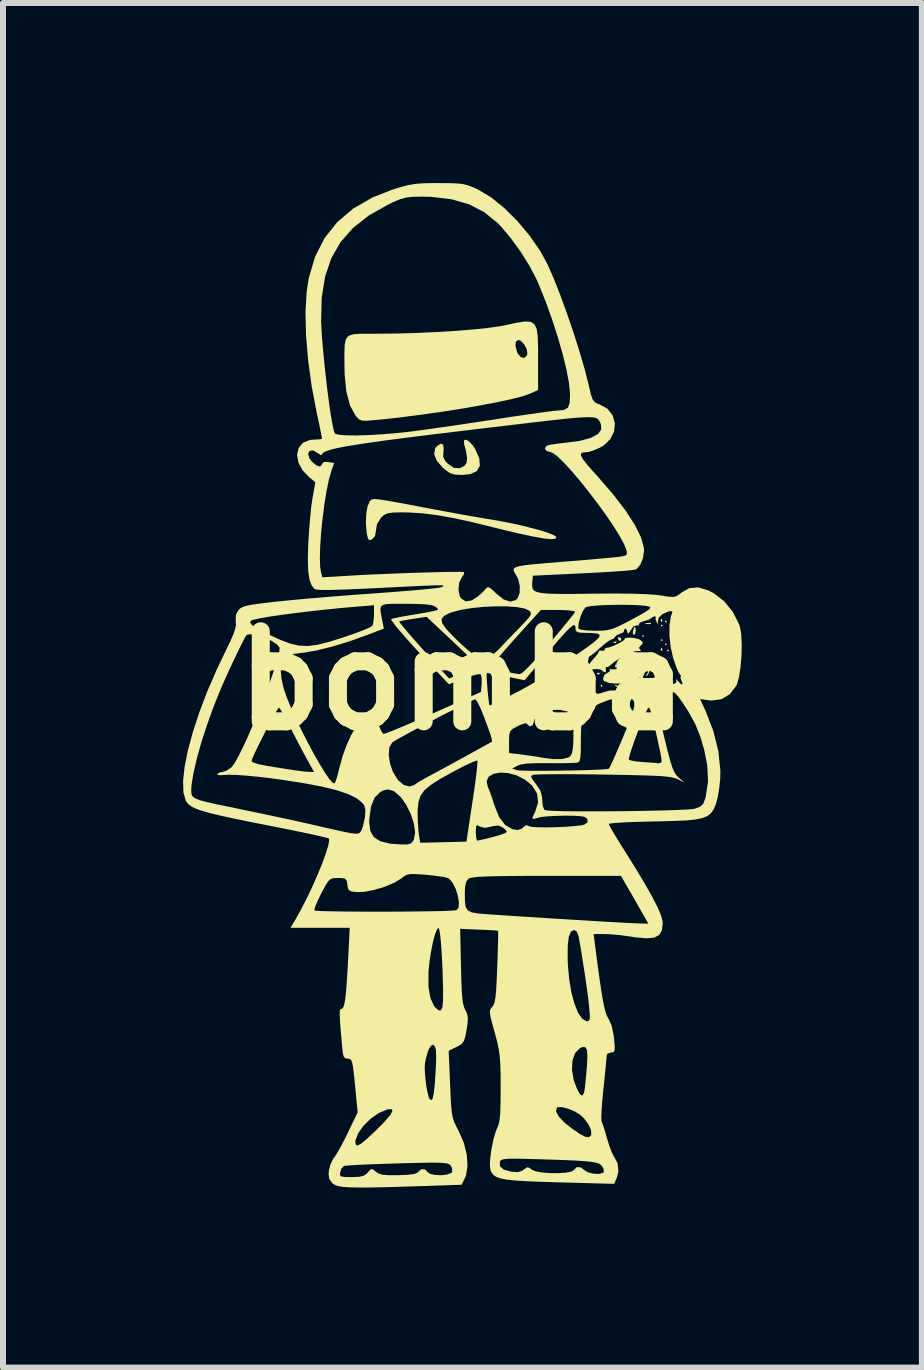
<source format=kicad_pcb>
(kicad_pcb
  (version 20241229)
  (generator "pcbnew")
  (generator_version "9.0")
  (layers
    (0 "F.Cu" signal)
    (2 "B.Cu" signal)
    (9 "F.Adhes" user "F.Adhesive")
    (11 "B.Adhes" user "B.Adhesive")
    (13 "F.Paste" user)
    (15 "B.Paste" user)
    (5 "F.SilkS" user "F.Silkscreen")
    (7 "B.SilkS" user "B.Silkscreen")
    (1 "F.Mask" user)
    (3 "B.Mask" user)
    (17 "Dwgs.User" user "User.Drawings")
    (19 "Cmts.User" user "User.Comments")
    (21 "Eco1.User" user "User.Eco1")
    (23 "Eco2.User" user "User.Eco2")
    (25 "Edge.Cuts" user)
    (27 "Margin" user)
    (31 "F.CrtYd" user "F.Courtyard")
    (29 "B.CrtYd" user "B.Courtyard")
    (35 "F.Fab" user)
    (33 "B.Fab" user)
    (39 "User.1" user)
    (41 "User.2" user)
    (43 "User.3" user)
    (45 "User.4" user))
  (footprint "bomba"
    (layer "F.Cu")
    (at 4.651 8.288)
    (property "Reference" "bomba" (at 0 0 0) (layer "F.SilkS") (effects (font (size 1.5 1.5) (thickness 0.3))))
    (attr board_only exclude_from_pos_files exclude_from_bom)
    (fp_poly (pts (xy 2.024 0.087) (xy 2.007 0.104) (xy 1.99 0.087) (xy 2.007 0.069)) (stroke (width 0) (type solid)) (fill yes) (layer "F.SilkS"))
    (fp_poly (pts (xy 2.059 -0.052) (xy 2.042 -0.035) (xy 2.024 -0.052) (xy 2.042 -0.069)) (stroke (width 0) (type solid)) (fill yes) (layer "F.SilkS"))
    (fp_poly (pts (xy 2.059 0.294) (xy 2.042 0.311) (xy 2.024 0.294) (xy 2.042 0.277)) (stroke (width 0) (type solid)) (fill yes) (layer "F.SilkS"))
    (fp_poly (pts (xy 2.336 0.087) (xy 2.319 0.104) (xy 2.301 0.087) (xy 2.319 0.069)) (stroke (width 0) (type solid)) (fill yes) (layer "F.SilkS"))
    (fp_poly (pts (xy 2.786 -0.294) (xy 2.768 -0.277) (xy 2.751 -0.294) (xy 2.768 -0.311)) (stroke (width 0) (type solid)) (fill yes) (layer "F.SilkS"))
    (fp_poly (pts (xy 3.028 -0.744) (xy 3.011 -0.727) (xy 2.993 -0.744) (xy 3.011 -0.761)) (stroke (width 0) (type solid)) (fill yes) (layer "F.SilkS"))
    (fp_poly (pts (xy 3.236 -0.19) (xy 3.218 -0.173) (xy 3.201 -0.19) (xy 3.218 -0.208)) (stroke (width 0) (type solid)) (fill yes) (layer "F.SilkS"))
    (fp_poly (pts (xy 3.339 -0.917) (xy 3.322 -0.9) (xy 3.305 -0.917) (xy 3.322 -0.934)) (stroke (width 0) (type solid)) (fill yes) (layer "F.SilkS"))
    (fp_poly (pts (xy 3.339 -0.675) (xy 3.322 -0.657) (xy 3.305 -0.675) (xy 3.322 -0.692)) (stroke (width 0) (type solid)) (fill yes) (layer "F.SilkS"))
    (fp_poly (pts (xy 3.409 -0.986) (xy 3.391 -0.969) (xy 3.374 -0.986) (xy 3.391 -1.004)) (stroke (width 0) (type solid)) (fill yes) (layer "F.SilkS"))
    (fp_poly (pts (xy 3.409 -0.606) (xy 3.391 -0.588) (xy 3.374 -0.606) (xy 3.391 -0.623)) (stroke (width 0) (type solid)) (fill yes) (layer "F.SilkS"))
    (fp_poly (pts (xy 3.443 -0.502) (xy 3.426 -0.484) (xy 3.409 -0.502) (xy 3.426 -0.519)) (stroke (width 0) (type solid)) (fill yes) (layer "F.SilkS"))
    (fp_poly (pts (xy 1.978 -0.058) (xy 1.982 -0.017) (xy 1.978 -0.012) (xy 1.958 -0.016) (xy 1.955 -0.035) (xy 1.968 -0.063)) (stroke (width 0) (type solid)) (fill yes) (layer "F.SilkS"))
    (fp_poly (pts (xy 2.29 -0.127) (xy 2.285 -0.106) (xy 2.267 -0.104) (xy 2.238 -0.116) (xy 2.244 -0.127) (xy 2.285 -0.131)) (stroke (width 0) (type solid)) (fill yes) (layer "F.SilkS"))
    (fp_poly (pts (xy 2.567 -0.646) (xy 2.562 -0.625) (xy 2.543 -0.623) (xy 2.515 -0.636) (xy 2.52 -0.646) (xy 2.561 -0.65)) (stroke (width 0) (type solid)) (fill yes) (layer "F.SilkS"))
    (fp_poly (pts (xy 2.567 -0.265) (xy 2.571 -0.224) (xy 2.567 -0.219) (xy 2.546 -0.224) (xy 2.543 -0.242) (xy 2.556 -0.271)) (stroke (width 0) (type solid)) (fill yes) (layer "F.SilkS"))
    (fp_poly (pts (xy 3.14 -0.957) (xy 3.145 -0.945) (xy 3.097 -0.94) (xy 3.048 -0.945) (xy 3.054 -0.957) (xy 3.125 -0.962)) (stroke (width 0) (type solid)) (fill yes) (layer "F.SilkS"))
    (fp_poly (pts (xy 3.328 -1.027) (xy 3.332 -0.986) (xy 3.328 -0.98) (xy 3.307 -0.985) (xy 3.305 -1.004) (xy 3.317 -1.032)) (stroke (width 0) (type solid)) (fill yes) (layer "F.SilkS"))
    (fp_poly (pts (xy 3.328 -0.542) (xy 3.332 -0.501) (xy 3.328 -0.496) (xy 3.307 -0.501) (xy 3.305 -0.519) (xy 3.317 -0.548)) (stroke (width 0) (type solid)) (fill yes) (layer "F.SilkS"))
    (fp_poly (pts (xy 2.666 -0.323) (xy 2.7 -0.291) (xy 2.697 -0.273) (xy 2.667 -0.244) (xy 2.641 -0.279) (xy 2.635 -0.292) (xy 2.637 -0.328)) (stroke (width 0) (type solid)) (fill yes) (layer "F.SilkS"))
    (fp_poly (pts (xy 2.646 -0.702) (xy 2.647 -0.692) (xy 2.635 -0.658) (xy 2.632 -0.657) (xy 2.602 -0.682) (xy 2.595 -0.692) (xy 2.598 -0.724) (xy 2.611 -0.727)) (stroke (width 0) (type solid)) (fill yes) (layer "F.SilkS"))
    (fp_poly (pts (xy 2.887 -0.871) (xy 2.89 -0.831) (xy 2.876 -0.774) (xy 2.858 -0.761) (xy 2.84 -0.789) (xy 2.845 -0.831) (xy 2.865 -0.886) (xy 2.876 -0.9)) (stroke (width 0) (type solid)) (fill yes) (layer "F.SilkS"))
    (fp_poly (pts (xy 3.131 0.026) (xy 3.132 0.035) (xy 3.105 0.068) (xy 3.097 0.069) (xy 3.064 0.043) (xy 3.063 0.035) (xy 3.089 0.001) (xy 3.097 0)) (stroke (width 0) (type solid)) (fill yes) (layer "F.SilkS"))
    (fp_poly (pts (xy 3.502 -0.047) (xy 3.495 -0.035) (xy 3.462 -0.002) (xy 3.456 0) (xy 3.454 -0.022) (xy 3.46 -0.035) (xy 3.493 -0.068) (xy 3.499 -0.069)) (stroke (width 0) (type solid)) (fill yes) (layer "F.SilkS"))
    (fp_poly (pts (xy 0.108 -3.989) (xy 0.169 -3.926) (xy 0.215 -3.858) (xy 0.283 -3.701) (xy 0.293 -3.578) (xy 0.243 -3.49) (xy 0.135 -3.44) (xy -0.002 -3.426) (xy -0.122 -3.432) (xy -0.206 -3.458) (xy -0.29 -3.517) (xy -0.329 -3.551) (xy -0.428 -3.666) (xy -0.469 -3.776) (xy -0.451 -3.871) (xy -0.426 -3.903) (xy -0.359 -3.948) (xy -0.318 -3.93) (xy -0.309 -3.856) (xy -0.313 -3.826) (xy -0.319 -3.731) (xy -0.285 -3.659) (xy -0.247 -3.618) (xy -0.143 -3.544) (xy -0.042 -3.538) (xy 0.033 -3.576) (xy 0.072 -3.627) (xy 0.08 -3.708) (xy 0.06 -3.832) (xy 0.031 -3.94) (xy 0.027 -4.001) (xy 0.057 -4.015)) (stroke (width 0) (type solid)) (fill yes) (layer "F.SilkS"))
    (fp_poly (pts (xy -1.425 -3.022) (xy -1.353 -3.014) (xy -1.247 -2.997) (xy -1.1 -2.971) (xy -0.904 -2.935) (xy -0.652 -2.887) (xy -0.484 -2.855) (xy -0.254 -2.812) (xy -0.018 -2.769) (xy 0.203 -2.73) (xy 0.39 -2.698) (xy 0.484 -2.683) (xy 0.694 -2.646) (xy 0.905 -2.603) (xy 1.104 -2.555) (xy 1.282 -2.508) (xy 1.426 -2.463) (xy 1.525 -2.423) (xy 1.568 -2.392) (xy 1.568 -2.391) (xy 1.553 -2.364) (xy 1.483 -2.356) (xy 1.356 -2.369) (xy 1.17 -2.402) (xy 0.923 -2.455) (xy 0.613 -2.529) (xy 0.495 -2.559) (xy 0.142 -2.645) (xy -0.157 -2.71) (xy -0.417 -2.756) (xy -0.649 -2.785) (xy -0.865 -2.8) (xy -1.013 -2.803) (xy -1.15 -2.8) (xy -1.238 -2.788) (xy -1.299 -2.762) (xy -1.351 -2.718) (xy -1.423 -2.603) (xy -1.436 -2.512) (xy -1.454 -2.407) (xy -1.503 -2.354) (xy -1.545 -2.339) (xy -1.57 -2.361) (xy -1.587 -2.433) (xy -1.594 -2.476) (xy -1.606 -2.629) (xy -1.6 -2.778) (xy -1.578 -2.904) (xy -1.542 -2.987) (xy -1.535 -2.994) (xy -1.52 -3.009) (xy -1.501 -3.019) (xy -1.472 -3.024)) (stroke (width 0) (type solid)) (fill yes) (layer "F.SilkS"))
    (fp_poly (pts (xy 1.138 -5.977) (xy 1.202 -5.937) (xy 1.24 -5.857) (xy 1.257 -5.727) (xy 1.263 -5.541) (xy 1.263 -5.359) (xy 1.263 -4.841) (xy 1.115 -4.775) (xy 1.001 -4.736) (xy 0.828 -4.692) (xy 0.606 -4.643) (xy 0.344 -4.593) (xy 0.052 -4.541) (xy -0.26 -4.491) (xy -0.583 -4.444) (xy -0.907 -4.401) (xy -1.222 -4.363) (xy -1.464 -4.339) (xy -1.59 -4.329) (xy -1.668 -4.331) (xy -1.717 -4.35) (xy -1.759 -4.391) (xy -1.777 -4.413) (xy -1.87 -4.582) (xy -1.931 -4.812) (xy -1.96 -5.104) (xy -1.963 -5.263) (xy -1.964 -5.456) (xy -1.96 -5.574) (xy 0.886 -5.574) (xy 0.914 -5.471) (xy 0.923 -5.451) (xy 0.975 -5.387) (xy 1.033 -5.376) (xy 1.076 -5.418) (xy 1.084 -5.444) (xy 1.074 -5.52) (xy 1.031 -5.602) (xy 0.973 -5.661) (xy 0.934 -5.675) (xy 0.892 -5.647) (xy 0.886 -5.574) (xy -1.96 -5.574) (xy -1.959 -5.594) (xy -1.94 -5.686) (xy -1.896 -5.742) (xy -1.817 -5.769) (xy -1.694 -5.779) (xy -1.517 -5.779) (xy -1.408 -5.779) (xy -1.085 -5.782) (xy -0.754 -5.792) (xy -0.424 -5.807) (xy -0.11 -5.826) (xy 0.178 -5.849) (xy 0.428 -5.875) (xy 0.627 -5.903) (xy 0.714 -5.92) (xy 0.901 -5.961) (xy 1.04 -5.982)) (stroke (width 0) (type solid)) (fill yes) (layer "F.SilkS"))
    (fp_poly (pts (xy 3.163 -0.328) (xy 3.186 -0.298) (xy 3.16 -0.252) (xy 3.122 -0.181) (xy 3.115 -0.145) (xy 3.09 -0.093) (xy 3.07 -0.083) (xy 3.05 -0.085) (xy 3.062 -0.092) (xy 3.096 -0.135) (xy 3.097 -0.146) (xy 3.077 -0.159) (xy 3.046 -0.139) (xy 3.01 -0.067) (xy 3.015 -0.013) (xy 3.019 0.05) (xy 2.981 0.069) (xy 2.976 0.069) (xy 2.936 0.059) (xy 2.956 0.021) (xy 2.956 0.02) (xy 2.976 -0.031) (xy 2.963 -0.049) (xy 2.925 -0.043) (xy 2.916 -0.028) (xy 2.875 0.005) (xy 2.801 0.022) (xy 2.729 0.029) (xy 2.699 0.035) (xy 2.669 0.046) (xy 2.599 0.05) (xy 2.515 0.047) (xy 2.445 0.039) (xy 2.419 0.029) (xy 2.382 0.012) (xy 2.375 0.014) (xy 2.353 -0.001) (xy 2.345 -0.035) (xy 2.37 -0.099) (xy 2.408 -0.122) (xy 2.454 -0.152) (xy 2.456 -0.175) (xy 2.463 -0.193) (xy 2.486 -0.188) (xy 2.542 -0.188) (xy 2.642 -0.209) (xy 2.756 -0.243) (xy 2.925 -0.294) (xy 2.993 -0.294) (xy 3.011 -0.277) (xy 3.097 -0.277) (xy 3.11 -0.248) (xy 3.12 -0.254) (xy 3.124 -0.295) (xy 3.12 -0.3) (xy 3.1 -0.295) (xy 3.097 -0.277) (xy 3.011 -0.277) (xy 3.028 -0.294) (xy 3.011 -0.311) (xy 2.993 -0.294) (xy 2.925 -0.294) (xy 2.946 -0.3) (xy 3.082 -0.329)) (stroke (width 0) (type solid)) (fill yes) (layer "F.SilkS"))
    (fp_poly (pts (xy -0.215 -8.287) (xy -0.083 -8.282) (xy 0.016 -8.271) (xy 0.099 -8.249) (xy 0.186 -8.215) (xy 0.268 -8.177) (xy 0.478 -8.052) (xy 0.697 -7.875) (xy 0.915 -7.659) (xy 1.117 -7.418) (xy 1.293 -7.166) (xy 1.418 -6.939) (xy 1.518 -6.711) (xy 1.628 -6.433) (xy 1.741 -6.124) (xy 1.852 -5.8) (xy 1.953 -5.481) (xy 2.04 -5.183) (xy 2.106 -4.924) (xy 2.112 -4.898) (xy 2.143 -4.766) (xy 2.171 -4.686) (xy 2.204 -4.64) (xy 2.254 -4.613) (xy 2.286 -4.602) (xy 2.421 -4.527) (xy 2.506 -4.418) (xy 2.542 -4.288) (xy 2.529 -4.151) (xy 2.466 -4.022) (xy 2.353 -3.915) (xy 2.294 -3.881) (xy 2.193 -3.837) (xy 2.11 -3.81) (xy 2.086 -3.807) (xy 2.016 -3.802) (xy 1.979 -3.785) (xy 1.977 -3.747) (xy 2.014 -3.682) (xy 2.093 -3.583) (xy 2.216 -3.444) (xy 2.263 -3.392) (xy 2.517 -3.098) (xy 2.723 -2.829) (xy 2.877 -2.59) (xy 2.978 -2.384) (xy 3.025 -2.212) (xy 3.028 -2.164) (xy 3.011 -2.042) (xy 2.967 -1.934) (xy 2.907 -1.862) (xy 2.881 -1.849) (xy 2.827 -1.841) (xy 2.715 -1.83) (xy 2.554 -1.819) (xy 2.357 -1.806) (xy 2.133 -1.794) (xy 1.993 -1.787) (xy 1.177 -1.748) (xy 1.166 -1.641) (xy 1.163 -1.582) (xy 1.17 -1.535) (xy 1.195 -1.5) (xy 1.245 -1.475) (xy 1.328 -1.458) (xy 1.45 -1.448) (xy 1.619 -1.444) (xy 1.842 -1.444) (xy 2.125 -1.447) (xy 2.168 -1.448) (xy 2.526 -1.451) (xy 2.825 -1.448) (xy 3.064 -1.44) (xy 3.238 -1.428) (xy 3.304 -1.419) (xy 3.432 -1.399) (xy 3.513 -1.394) (xy 3.569 -1.407) (xy 3.621 -1.441) (xy 3.653 -1.468) (xy 3.784 -1.541) (xy 3.931 -1.553) (xy 4.101 -1.502) (xy 4.191 -1.455) (xy 4.362 -1.323) (xy 4.507 -1.145) (xy 4.609 -0.943) (xy 4.625 -0.897) (xy 4.647 -0.771) (xy 4.655 -0.604) (xy 4.651 -0.416) (xy 4.636 -0.229) (xy 4.61 -0.063) (xy 4.576 0.06) (xy 4.565 0.083) (xy 4.458 0.225) (xy 4.317 0.31) (xy 4.15 0.332) (xy 4.109 0.328) (xy 3.961 0.307) (xy 4.054 0.508) (xy 4.183 0.842) (xy 4.266 1.178) (xy 4.299 1.497) (xy 4.297 1.628) (xy 4.281 1.786) (xy 4.256 1.939) (xy 4.225 2.056) (xy 4.219 2.073) (xy 4.184 2.15) (xy 4.141 2.21) (xy 4.083 2.256) (xy 4.001 2.29) (xy 3.885 2.313) (xy 3.729 2.329) (xy 3.522 2.338) (xy 3.257 2.345) (xy 3.175 2.346) (xy 2.958 2.352) (xy 2.766 2.358) (xy 2.61 2.367) (xy 2.499 2.376) (xy 2.444 2.385) (xy 2.44 2.388) (xy 2.457 2.426) (xy 2.505 2.511) (xy 2.577 2.63) (xy 2.664 2.771) (xy 2.677 2.791) (xy 2.877 3.111) (xy 3.038 3.378) (xy 3.162 3.597) (xy 3.252 3.772) (xy 3.309 3.907) (xy 3.336 4.006) (xy 3.339 4.041) (xy 3.326 4.157) (xy 3.282 4.237) (xy 3.198 4.281) (xy 3.069 4.293) (xy 2.885 4.277) (xy 2.786 4.261) (xy 2.63 4.24) (xy 2.469 4.226) (xy 2.374 4.222) (xy 2.188 4.222) (xy 2.209 4.386) (xy 2.251 4.708) (xy 2.286 4.968) (xy 2.317 5.174) (xy 2.343 5.332) (xy 2.368 5.45) (xy 2.391 5.535) (xy 2.414 5.594) (xy 2.434 5.629) (xy 2.487 5.744) (xy 2.522 5.911) (xy 2.528 5.961) (xy 2.539 6.084) (xy 2.539 6.154) (xy 2.524 6.186) (xy 2.491 6.194) (xy 2.478 6.194) (xy 2.42 6.213) (xy 2.405 6.242) (xy 2.402 6.292) (xy 2.392 6.397) (xy 2.378 6.544) (xy 2.36 6.719) (xy 2.352 6.796) (xy 2.334 6.978) (xy 2.322 7.135) (xy 2.316 7.256) (xy 2.317 7.326) (xy 2.319 7.338) (xy 2.338 7.386) (xy 2.369 7.481) (xy 2.405 7.605) (xy 2.41 7.622) (xy 2.45 7.751) (xy 2.49 7.858) (xy 2.523 7.921) (xy 2.526 7.925) (xy 2.587 8.04) (xy 2.6 8.179) (xy 2.576 8.276) (xy 2.531 8.383) (xy 1.612 8.358) (xy 1.308 8.349) (xy 1.066 8.339) (xy 0.878 8.327) (xy 0.737 8.312) (xy 0.634 8.292) (xy 0.563 8.266) (xy 0.516 8.232) (xy 0.485 8.19) (xy 0.469 8.153) (xy 0.461 8.089) (xy 0.626 8.089) (xy 0.691 8.146) (xy 0.819 8.181) (xy 0.929 8.188) (xy 1.002 8.163) (xy 1.025 8.145) (xy 1.079 8.106) (xy 1.121 8.117) (xy 1.153 8.144) (xy 1.219 8.174) (xy 1.327 8.194) (xy 1.459 8.204) (xy 1.598 8.205) (xy 1.724 8.197) (xy 1.818 8.178) (xy 1.864 8.15) (xy 1.864 8.149) (xy 1.91 8.103) (xy 1.977 8.11) (xy 2.023 8.147) (xy 2.088 8.189) (xy 2.185 8.214) (xy 2.283 8.218) (xy 2.351 8.197) (xy 2.355 8.194) (xy 2.357 8.151) (xy 2.339 8.104) (xy 2.318 8.074) (xy 2.284 8.05) (xy 2.23 8.031) (xy 2.148 8.016) (xy 2.029 8.004) (xy 1.866 7.994) (xy 1.65 7.985) (xy 1.374 7.976) (xy 1.346 7.975) (xy 1.109 7.968) (xy 0.932 7.964) (xy 0.805 7.964) (xy 0.721 7.968) (xy 0.67 7.977) (xy 0.641 7.991) (xy 0.628 8.01) (xy 0.627 8.012) (xy 0.626 8.089) (xy 0.461 8.089) (xy 0.459 8.072) (xy 0.466 7.947) (xy 0.487 7.798) (xy 0.518 7.647) (xy 0.556 7.516) (xy 0.584 7.448) (xy 0.606 7.391) (xy 0.622 7.314) (xy 0.632 7.204) (xy 0.633 7.177) (xy 1.562 7.177) (xy 1.607 7.263) (xy 1.71 7.369) (xy 1.819 7.456) (xy 1.955 7.55) (xy 2.049 7.6) (xy 2.109 7.607) (xy 2.144 7.575) (xy 2.149 7.564) (xy 2.146 7.491) (xy 2.103 7.395) (xy 2.032 7.297) (xy 1.968 7.235) (xy 1.875 7.178) (xy 1.767 7.132) (xy 1.666 7.106) (xy 1.594 7.105) (xy 1.577 7.114) (xy 1.562 7.177) (xy 0.633 7.177) (xy 0.637 7.051) (xy 0.639 6.842) (xy 0.639 6.776) (xy 0.638 6.556) (xy 0.636 6.482) (xy 1.827 6.482) (xy 1.855 6.652) (xy 1.909 6.796) (xy 1.96 6.889) (xy 1.998 6.914) (xy 2.025 6.874) (xy 2.039 6.809) (xy 2.049 6.72) (xy 2.062 6.588) (xy 2.075 6.439) (xy 2.077 6.414) (xy 2.084 6.253) (xy 2.077 6.153) (xy 2.05 6.106) (xy 2.003 6.104) (xy 1.961 6.122) (xy 1.881 6.202) (xy 1.836 6.327) (xy 1.827 6.482) (xy 0.636 6.482) (xy 0.633 6.388) (xy 0.624 6.254) (xy 0.607 6.136) (xy 0.581 6.017) (xy 0.545 5.88) (xy 0.538 5.855) (xy 0.494 5.696) (xy 0.468 5.59) (xy 0.459 5.523) (xy 0.465 5.48) (xy 0.486 5.449) (xy 0.498 5.436) (xy 0.521 5.404) (xy 0.539 5.354) (xy 0.553 5.274) (xy 0.564 5.156) (xy 0.573 4.988) (xy 0.582 4.775) (xy 0.588 4.619) (xy 1.755 4.619) (xy 1.758 4.724) (xy 1.78 4.968) (xy 1.817 5.191) (xy 1.868 5.382) (xy 1.929 5.532) (xy 1.998 5.633) (xy 2.07 5.675) (xy 2.08 5.675) (xy 2.109 5.667) (xy 2.123 5.634) (xy 2.124 5.561) (xy 2.113 5.434) (xy 2.112 5.424) (xy 2.097 5.29) (xy 2.073 5.109) (xy 2.043 4.902) (xy 2.01 4.69) (xy 1.979 4.492) (xy 1.95 4.329) (xy 1.935 4.248) (xy 1.905 4.179) (xy 1.865 4.153) (xy 1.811 4.18) (xy 1.775 4.265) (xy 1.757 4.41) (xy 1.755 4.619) (xy 0.588 4.619) (xy 0.589 4.579) (xy 0.594 4.41) (xy 0.597 4.277) (xy 0.598 4.193) (xy 0.597 4.168) (xy 0.561 4.163) (xy 0.472 4.157) (xy 0.345 4.151) (xy 0.277 4.148) (xy -0.035 4.135) (xy -0.022 4.758) (xy -0.016 4.993) (xy -0.009 5.168) (xy 0.001 5.296) (xy 0.014 5.386) (xy 0.033 5.45) (xy 0.05 5.485) (xy 0.081 5.552) (xy 0.093 5.624) (xy 0.086 5.723) (xy 0.072 5.814) (xy 0.049 5.937) (xy 0.023 6.011) (xy -0.017 6.058) (xy -0.084 6.097) (xy -0.096 6.102) (xy -0.227 6.166) (xy -0.203 6.725) (xy -0.194 6.934) (xy -0.185 7.088) (xy -0.173 7.2) (xy -0.157 7.285) (xy -0.133 7.357) (xy -0.099 7.429) (xy -0.059 7.504) (xy 0.025 7.697) (xy 0.075 7.897) (xy 0.087 8.086) (xy 0.061 8.246) (xy 0.041 8.293) (xy -0.013 8.398) (xy -0.696 8.421) (xy -1.046 8.432) (xy -1.334 8.44) (xy -1.566 8.444) (xy -1.748 8.444) (xy -1.888 8.441) (xy -1.992 8.433) (xy -2.067 8.42) (xy -2.119 8.403) (xy -2.155 8.381) (xy -2.167 8.37) (xy -2.216 8.302) (xy -2.225 8.233) (xy -2.038 8.233) (xy -2.021 8.258) (xy -1.965 8.269) (xy -1.857 8.271) (xy -1.843 8.271) (xy -1.719 8.266) (xy -1.642 8.248) (xy -1.59 8.21) (xy -1.575 8.193) (xy -1.527 8.141) (xy -1.489 8.14) (xy -1.44 8.18) (xy -1.393 8.212) (xy -1.329 8.231) (xy -1.23 8.239) (xy -1.08 8.239) (xy -1.066 8.239) (xy -0.904 8.232) (xy -0.802 8.219) (xy -0.747 8.197) (xy -0.734 8.183) (xy -0.68 8.138) (xy -0.618 8.143) (xy -0.583 8.184) (xy -0.538 8.217) (xy -0.45 8.235) (xy -0.345 8.239) (xy -0.246 8.226) (xy -0.18 8.199) (xy -0.168 8.184) (xy -0.172 8.117) (xy -0.195 8.075) (xy -0.215 8.057) (xy -0.25 8.044) (xy -0.306 8.036) (xy -0.393 8.031) (xy -0.52 8.03) (xy -0.693 8.033) (xy -0.923 8.038) (xy -1.083 8.043) (xy -1.32 8.05) (xy -1.534 8.058) (xy -1.717 8.066) (xy -1.857 8.074) (xy -1.946 8.081) (xy -1.971 8.085) (xy -2.013 8.129) (xy -2.033 8.186) (xy -2.038 8.233) (xy -2.225 8.233) (xy -2.227 8.218) (xy -2.222 8.159) (xy -2.193 8.05) (xy -2.145 7.958) (xy -2.136 7.947) (xy -2.094 7.885) (xy -2.032 7.778) (xy -1.986 7.689) (xy -1.782 7.689) (xy -1.773 7.735) (xy -1.743 7.744) (xy -1.685 7.713) (xy -1.593 7.638) (xy -1.462 7.515) (xy -1.432 7.486) (xy -1.289 7.341) (xy -1.199 7.236) (xy -1.163 7.169) (xy -1.178 7.138) (xy -1.245 7.143) (xy -1.254 7.145) (xy -1.39 7.202) (xy -1.525 7.297) (xy -1.645 7.414) (xy -1.734 7.54) (xy -1.78 7.658) (xy -1.782 7.689) (xy -1.986 7.689) (xy -1.96 7.641) (xy -1.906 7.532) (xy -1.743 7.191) (xy -1.786 6.745) (xy -1.805 6.562) (xy -1.817 6.466) (xy -0.626 6.466) (xy -0.618 6.591) (xy -0.603 6.729) (xy -0.582 6.854) (xy -0.558 6.943) (xy -0.549 6.964) (xy -0.519 6.991) (xy -0.495 6.965) (xy -0.476 6.881) (xy -0.459 6.735) (xy -0.45 6.599) (xy -0.438 6.396) (xy -0.435 6.252) (xy -0.439 6.157) (xy -0.453 6.1) (xy -0.476 6.072) (xy -0.488 6.066) (xy -0.527 6.086) (xy -0.568 6.163) (xy -0.604 6.285) (xy -0.622 6.376) (xy -0.626 6.466) (xy -1.817 6.466) (xy -1.82 6.438) (xy -1.835 6.36) (xy -1.853 6.318) (xy -1.877 6.301) (xy -1.907 6.298) (xy -1.95 6.291) (xy -1.976 6.26) (xy -1.992 6.19) (xy -2.003 6.082) (xy -2.022 5.863) (xy -2.035 5.703) (xy -2.041 5.593) (xy -2.042 5.524) (xy -2.037 5.487) (xy -2.027 5.471) (xy -2.011 5.468) (xy -2.01 5.468) (xy -1.988 5.453) (xy -1.969 5.406) (xy -1.952 5.32) (xy -1.937 5.187) (xy -1.93 5.098) (xy -0.563 5.098) (xy -0.532 5.288) (xy -0.469 5.422) (xy -0.443 5.452) (xy -0.391 5.494) (xy -0.354 5.491) (xy -0.331 5.44) (xy -0.321 5.333) (xy -0.32 5.164) (xy -0.321 5.101) (xy -0.329 4.833) (xy -0.34 4.596) (xy -0.353 4.399) (xy -0.367 4.249) (xy -0.382 4.152) (xy -0.397 4.118) (xy -0.397 4.118) (xy -0.425 4.15) (xy -0.457 4.236) (xy -0.49 4.361) (xy -0.52 4.511) (xy -0.545 4.671) (xy -0.561 4.826) (xy -0.563 4.848) (xy -0.563 5.098) (xy -1.93 5.098) (xy -1.923 5.002) (xy -1.908 4.758) (xy -1.899 4.592) (xy -1.875 4.118) (xy -2.368 4.118) (xy -2.861 4.118) (xy -2.765 3.954) (xy -2.691 3.821) (xy -2.466 3.821) (xy -2.465 3.829) (xy -2.428 3.835) (xy -2.331 3.839) (xy -2.185 3.843) (xy -2 3.846) (xy -1.784 3.848) (xy -1.547 3.849) (xy -1.3 3.849) (xy -1.052 3.848) (xy -0.813 3.846) (xy -0.593 3.843) (xy -0.401 3.84) (xy -0.248 3.835) (xy -0.142 3.83) (xy -0.095 3.824) (xy -0.061 3.779) (xy -0.056 3.693) (xy -0.075 3.583) (xy -0.09 3.533) (xy 0.042 3.533) (xy 0.044 3.673) (xy 0.056 3.768) (xy 0.09 3.827) (xy 0.158 3.861) (xy 0.271 3.88) (xy 0.44 3.893) (xy 0.46 3.895) (xy 0.706 3.911) (xy 0.976 3.929) (xy 1.263 3.947) (xy 1.554 3.966) (xy 1.842 3.983) (xy 2.116 4) (xy 2.365 4.015) (xy 2.581 4.027) (xy 2.754 4.037) (xy 2.874 4.042) (xy 2.917 4.044) (xy 3.1 4.049) (xy 3.016 3.902) (xy 2.957 3.799) (xy 2.88 3.663) (xy 2.799 3.522) (xy 2.788 3.504) (xy 2.644 3.253) (xy 1.407 3.253) (xy 1.065 3.253) (xy 0.787 3.255) (xy 0.566 3.258) (xy 0.396 3.263) (xy 0.27 3.269) (xy 0.184 3.278) (xy 0.13 3.288) (xy 0.105 3.299) (xy 0.065 3.35) (xy 0.046 3.436) (xy 0.042 3.533) (xy -0.09 3.533) (xy -0.111 3.468) (xy -0.161 3.368) (xy -0.219 3.301) (xy -0.243 3.287) (xy -0.314 3.27) (xy -0.431 3.253) (xy -0.574 3.237) (xy -0.618 3.233) (xy -0.763 3.223) (xy -0.858 3.222) (xy -0.922 3.234) (xy -0.973 3.261) (xy -1.015 3.295) (xy -1.132 3.367) (xy -1.292 3.434) (xy -1.469 3.487) (xy -1.638 3.519) (xy -1.75 3.523) (xy -1.845 3.513) (xy -1.892 3.489) (xy -1.91 3.436) (xy -1.914 3.4) (xy -1.926 3.329) (xy -1.957 3.297) (xy -2.029 3.288) (xy -2.07 3.288) (xy -2.142 3.29) (xy -2.192 3.305) (xy -2.234 3.343) (xy -2.282 3.419) (xy -2.349 3.544) (xy -2.408 3.664) (xy -2.449 3.762) (xy -2.466 3.821) (xy -2.691 3.821) (xy -2.673 3.788) (xy -2.579 3.603) (xy -2.487 3.408) (xy -2.402 3.213) (xy -2.328 3.031) (xy -2.27 2.87) (xy -2.231 2.742) (xy -2.216 2.657) (xy -2.222 2.629) (xy -2.262 2.617) (xy -2.361 2.593) (xy -2.509 2.56) (xy -2.699 2.52) (xy -2.919 2.475) (xy -3.162 2.427) (xy -3.166 2.426) (xy -3.51 2.358) (xy -3.793 2.3) (xy -4.02 2.251) (xy -4.199 2.208) (xy -4.336 2.17) (xy -4.437 2.134) (xy -4.509 2.099) (xy -4.559 2.063) (xy -4.592 2.024) (xy -4.607 1.999) (xy -4.646 1.862) (xy -4.646 1.833) (xy -4.516 1.833) (xy -4.512 1.888) (xy -4.492 1.93) (xy -4.446 1.964) (xy -4.364 1.995) (xy -4.237 2.028) (xy -4.053 2.068) (xy -4.014 2.076) (xy -3.657 2.15) (xy -3.355 2.213) (xy -3.096 2.268) (xy -2.867 2.317) (xy -2.654 2.364) (xy -2.446 2.411) (xy -2.336 2.437) (xy -2.119 2.486) (xy -1.96 2.521) (xy -1.849 2.542) (xy -1.776 2.55) (xy -1.731 2.546) (xy -1.704 2.531) (xy -1.686 2.505) (xy -1.679 2.493) (xy -1.652 2.417) (xy -1.64 2.363) (xy -1.55 2.363) (xy -1.533 2.504) (xy -1.473 2.608) (xy -1.363 2.677) (xy -1.198 2.717) (xy -1.011 2.73) (xy -0.907 2.728) (xy -0.849 2.708) (xy -0.814 2.662) (xy -0.807 2.647) (xy -0.786 2.531) (xy -0.806 2.383) (xy -0.858 2.222) (xy -0.864 2.211) (xy -0.744 2.211) (xy -0.74 2.354) (xy -0.731 2.491) (xy -0.722 2.571) (xy -0.7 2.701) (xy -0.315 2.692) (xy 0.069 2.682) (xy 0.093 2.526) (xy 0.225 2.526) (xy 0.231 2.613) (xy 0.245 2.661) (xy 0.251 2.665) (xy 0.295 2.657) (xy 0.387 2.636) (xy 0.506 2.606) (xy 0.51 2.605) (xy 0.626 2.572) (xy 0.71 2.542) (xy 0.744 2.521) (xy 0.744 2.52) (xy 0.719 2.484) (xy 0.673 2.446) (xy 0.604 2.415) (xy 0.52 2.422) (xy 0.48 2.433) (xy 0.375 2.453) (xy 0.299 2.433) (xy 0.291 2.429) (xy 0.249 2.408) (xy 0.23 2.428) (xy 0.225 2.5) (xy 0.225 2.526) (xy 0.093 2.526) (xy 0.17 2.016) (xy 0.201 1.809) (xy 0.219 1.673) (xy 0.405 1.673) (xy 0.424 1.768) (xy 0.428 1.776) (xy 0.458 1.848) (xy 0.498 1.96) (xy 0.535 2.078) (xy 0.614 2.273) (xy 0.714 2.405) (xy 0.838 2.475) (xy 0.921 2.489) (xy 0.99 2.467) (xy 1.021 2.439) (xy 1.07 2.406) (xy 1.111 2.425) (xy 1.16 2.437) (xy 1.262 2.443) (xy 1.399 2.445) (xy 1.556 2.442) (xy 1.716 2.435) (xy 1.862 2.424) (xy 1.978 2.411) (xy 2.033 2.4) (xy 2.086 2.361) (xy 2.084 2.306) (xy 2.039 2.27) (xy 1.968 2.258) (xy 1.848 2.251) (xy 1.701 2.25) (xy 1.547 2.254) (xy 1.407 2.262) (xy 1.3 2.275) (xy 1.272 2.282) (xy 1.192 2.303) (xy 1.166 2.295) (xy 1.184 2.245) (xy 1.211 2.193) (xy 1.262 2.032) (xy 1.246 1.882) (xy 1.163 1.747) (xy 1.048 1.651) (xy 0.928 1.59) (xy 1.148 1.59) (xy 1.156 1.626) (xy 1.204 1.694) (xy 1.226 1.721) (xy 1.301 1.833) (xy 1.33 1.944) (xy 1.332 1.995) (xy 1.342 2.093) (xy 1.367 2.151) (xy 1.376 2.157) (xy 1.43 2.165) (xy 1.543 2.171) (xy 1.705 2.175) (xy 1.907 2.177) (xy 2.138 2.178) (xy 2.388 2.177) (xy 2.647 2.175) (xy 2.906 2.172) (xy 3.154 2.167) (xy 3.381 2.162) (xy 3.577 2.155) (xy 3.733 2.148) (xy 3.837 2.14) (xy 3.876 2.133) (xy 3.965 2.099) (xy 4.014 2.051) (xy 4.048 1.963) (xy 4.055 1.937) (xy 4.094 1.681) (xy 4.08 1.405) (xy 4.031 1.157) (xy 3.963 0.927) (xy 3.882 0.727) (xy 3.774 0.528) (xy 3.678 0.378) (xy 3.599 0.267) (xy 3.539 0.204) (xy 3.483 0.177) (xy 3.443 0.173) (xy 3.361 0.176) (xy 3.3 0.19) (xy 3.262 0.222) (xy 3.244 0.282) (xy 3.246 0.376) (xy 3.267 0.513) (xy 3.307 0.701) (xy 3.365 0.946) (xy 3.371 0.97) (xy 3.423 1.183) (xy 3.465 1.339) (xy 3.5 1.449) (xy 3.532 1.525) (xy 3.566 1.576) (xy 3.604 1.615) (xy 3.605 1.616) (xy 3.703 1.699) (xy 3.583 1.64) (xy 3.54 1.624) (xy 3.483 1.61) (xy 3.403 1.599) (xy 3.294 1.59) (xy 3.147 1.583) (xy 2.955 1.577) (xy 2.71 1.571) (xy 2.405 1.566) (xy 2.349 1.565) (xy 2.076 1.561) (xy 1.823 1.559) (xy 1.6 1.559) (xy 1.416 1.56) (xy 1.278 1.563) (xy 1.196 1.567) (xy 1.177 1.57) (xy 1.148 1.59) (xy 0.928 1.59) (xy 0.906 1.579) (xy 0.763 1.54) (xy 0.63 1.532) (xy 0.519 1.553) (xy 0.44 1.601) (xy 0.405 1.673) (xy 0.219 1.673) (xy 0.225 1.627) (xy 0.243 1.479) (xy 0.244 1.466) (xy 0.831 1.466) (xy 0.917 1.493) (xy 0.971 1.498) (xy 1.079 1.501) (xy 1.23 1.503) (xy 1.41 1.502) (xy 1.607 1.5) (xy 1.809 1.497) (xy 2.003 1.493) (xy 2.175 1.487) (xy 2.315 1.481) (xy 2.408 1.474) (xy 2.442 1.468) (xy 2.461 1.434) (xy 2.502 1.347) (xy 2.515 1.318) (xy 2.775 1.318) (xy 2.822 1.334) (xy 2.917 1.349) (xy 3.028 1.358) (xy 3.146 1.366) (xy 3.235 1.373) (xy 3.273 1.378) (xy 3.312 1.365) (xy 3.319 1.353) (xy 3.32 1.327) (xy 3.314 1.279) (xy 3.299 1.199) (xy 3.273 1.077) (xy 3.235 0.904) (xy 3.196 0.73) (xy 3.16 0.576) (xy 3.131 0.485) (xy 3.109 0.45) (xy 3.092 0.461) (xy 3.048 0.549) (xy 2.995 0.672) (xy 2.938 0.815) (xy 2.882 0.963) (xy 2.833 1.102) (xy 2.795 1.217) (xy 2.775 1.294) (xy 2.775 1.318) (xy 2.515 1.318) (xy 2.56 1.218) (xy 2.629 1.057) (xy 2.682 0.932) (xy 2.77 0.718) (xy 2.83 0.558) (xy 2.862 0.444) (xy 2.867 0.367) (xy 2.846 0.321) (xy 2.799 0.295) (xy 2.733 0.283) (xy 2.596 0.287) (xy 2.442 0.322) (xy 2.287 0.381) (xy 2.15 0.456) (xy 2.047 0.538) (xy 1.999 0.615) (xy 1.987 0.692) (xy 1.979 0.816) (xy 1.975 0.965) (xy 1.975 1.029) (xy 1.974 1.185) (xy 1.967 1.284) (xy 1.953 1.339) (xy 1.929 1.363) (xy 1.923 1.365) (xy 1.869 1.37) (xy 1.761 1.374) (xy 1.614 1.376) (xy 1.445 1.375) (xy 1.436 1.375) (xy 1.227 1.375) (xy 1.076 1.382) (xy 0.975 1.397) (xy 0.917 1.418) (xy 0.831 1.466) (xy 0.244 1.466) (xy 0.252 1.377) (xy 0.253 1.332) (xy 0.252 1.33) (xy 0.216 1.339) (xy 0.131 1.375) (xy 0.009 1.434) (xy -0.138 1.51) (xy -0.178 1.532) (xy -0.381 1.645) (xy -0.53 1.741) (xy -0.632 1.828) (xy -0.696 1.918) (xy -0.73 2.02) (xy -0.743 2.145) (xy -0.744 2.211) (xy -0.864 2.211) (xy -0.935 2.067) (xy -1.028 1.937) (xy -1.129 1.849) (xy -1.158 1.835) (xy -1.239 1.812) (xy -1.312 1.827) (xy -1.365 1.856) (xy -1.46 1.949) (xy -1.521 2.099) (xy -1.549 2.307) (xy -1.55 2.363) (xy -1.64 2.363) (xy -1.628 2.308) (xy -1.621 2.267) (xy -1.614 2.156) (xy -1.633 2.081) (xy -1.665 2.037) (xy -1.758 1.961) (xy -1.899 1.891) (xy -2.092 1.826) (xy -2.34 1.765) (xy -2.648 1.707) (xy -3.019 1.65) (xy -3.201 1.625) (xy -3.406 1.601) (xy -3.6 1.583) (xy -3.767 1.571) (xy -3.891 1.568) (xy -3.937 1.57) (xy -4.037 1.576) (xy -4.082 1.566) (xy -4.082 1.556) (xy -4.034 1.528) (xy -3.997 1.523) (xy -3.927 1.5) (xy -3.848 1.447) (xy -3.846 1.445) (xy -3.796 1.379) (xy -3.775 1.342) (xy -3.512 1.342) (xy -3.481 1.365) (xy -3.399 1.391) (xy -3.283 1.415) (xy -3.279 1.416) (xy -3.054 1.453) (xy -2.885 1.479) (xy -2.763 1.498) (xy -2.676 1.509) (xy -2.613 1.516) (xy -2.566 1.519) (xy -2.468 1.523) (xy -2.589 1.306) (xy -2.66 1.176) (xy -2.746 1.011) (xy -2.835 0.84) (xy -2.87 0.77) (xy -2.939 0.637) (xy -2.998 0.531) (xy -3.04 0.465) (xy -3.055 0.45) (xy -3.078 0.479) (xy -3.125 0.557) (xy -3.187 0.67) (xy -3.258 0.806) (xy -3.332 0.95) (xy -3.401 1.089) (xy -3.459 1.21) (xy -3.498 1.299) (xy -3.512 1.342) (xy -3.775 1.342) (xy -3.729 1.261) (xy -3.649 1.1) (xy -3.561 0.908) (xy -3.469 0.695) (xy -3.376 0.47) (xy -3.287 0.244) (xy -3.206 0.028) (xy -3.137 -0.17) (xy -3.131 -0.187) (xy -3.026 -0.187) (xy -3.012 -0.032) (xy -2.975 0.131) (xy -2.926 0.274) (xy -2.856 0.445) (xy -2.771 0.634) (xy -2.675 0.834) (xy -2.573 1.033) (xy -2.471 1.223) (xy -2.373 1.394) (xy -2.285 1.538) (xy -2.211 1.645) (xy -2.156 1.705) (xy -2.129 1.713) (xy -2.108 1.673) (xy -2.08 1.584) (xy -2.049 1.462) (xy -2.044 1.443) (xy -1.995 1.263) (xy -1.985 1.235) (xy -1.226 1.235) (xy -1.205 1.377) (xy -1.155 1.521) (xy -1.078 1.648) (xy -1.068 1.66) (xy -0.976 1.737) (xy -0.881 1.765) (xy -0.8 1.739) (xy -0.794 1.734) (xy -0.748 1.702) (xy -0.661 1.65) (xy -0.564 1.596) (xy -0.473 1.548) (xy -0.401 1.509) (xy -0.333 1.472) (xy -0.256 1.431) (xy -0.157 1.376) (xy -0.021 1.302) (xy 0.121 1.224) (xy 0.263 1.146) (xy 0.381 1.081) (xy 0.463 1.036) (xy 0.493 1.019) (xy 0.779 1.019) (xy 0.779 1.206) (xy 0.978 1.23) (xy 1.118 1.249) (xy 1.255 1.27) (xy 1.315 1.281) (xy 1.508 1.307) (xy 1.662 1.307) (xy 1.768 1.281) (xy 1.797 1.261) (xy 1.824 1.215) (xy 1.841 1.137) (xy 1.85 1.013) (xy 1.851 0.879) (xy 1.851 0.727) (xy 1.846 0.629) (xy 1.833 0.572) (xy 1.81 0.541) (xy 1.772 0.522) (xy 1.763 0.518) (xy 1.625 0.487) (xy 1.483 0.489) (xy 1.355 0.519) (xy 1.255 0.573) (xy 1.2 0.647) (xy 1.194 0.682) (xy 1.173 0.741) (xy 1.13 0.763) (xy 1.089 0.737) (xy 1.083 0.722) (xy 1.045 0.71) (xy 0.956 0.742) (xy 0.924 0.758) (xy 0.84 0.804) (xy 0.797 0.847) (xy 0.781 0.912) (xy 0.779 1.019) (xy 0.493 1.019) (xy 0.497 1.017) (xy 0.497 1.017) (xy 0.493 0.982) (xy 0.471 0.903) (xy 0.449 0.841) (xy 0.366 0.615) (xy 0.301 0.454) (xy 0.252 0.354) (xy 0.22 0.313) (xy 0.215 0.311) (xy 0.174 0.327) (xy 0.083 0.37) (xy -0.048 0.434) (xy -0.206 0.514) (xy -0.381 0.603) (xy -0.561 0.698) (xy -0.737 0.79) (xy -0.897 0.876) (xy -1.029 0.948) (xy -1.123 1.002) (xy -1.168 1.031) (xy -1.215 1.113) (xy -1.226 1.235) (xy -1.985 1.235) (xy -1.93 1.081) (xy -1.856 0.917) (xy -1.782 0.788) (xy -1.726 0.72) (xy -1.642 0.663) (xy -1.568 0.627) (xy -1.494 0.611) (xy -1.441 0.637) (xy -1.399 0.717) (xy -1.378 0.776) (xy -1.345 0.851) (xy -1.313 0.888) (xy -1.313 0.888) (xy -1.274 0.877) (xy -1.18 0.842) (xy -1.041 0.785) (xy -0.866 0.711) (xy -0.663 0.623) (xy -0.484 0.544) (xy 0.311 0.189) (xy 0.322 0.055) (xy 0.323 -0.037) (xy 0.312 -0.089) (xy 0.405 -0.089) (xy 0.409 -0.005) (xy 0.417 0.105) (xy 0.427 0.223) (xy 0.439 0.327) (xy 0.449 0.397) (xy 0.456 0.415) (xy 0.49 0.401) (xy 0.573 0.361) (xy 0.69 0.304) (xy 0.788 0.255) (xy 0.938 0.178) (xy 1.073 0.105) (xy 1.136 0.069) (xy 1.931 0.069) (xy 1.932 0.17) (xy 1.939 0.203) (xy 1.961 0.232) (xy 2.004 0.212) (xy 2.016 0.203) (xy 2.057 0.173) (xy 2.048 0.191) (xy 2.03 0.215) (xy 2.004 0.279) (xy 2.018 0.331) (xy 2.052 0.345) (xy 2.096 0.325) (xy 2.137 0.298) (xy 2.187 0.24) (xy 2.2 0.204) (xy 2.208 0.177) (xy 2.22 0.198) (xy 2.247 0.222) (xy 2.307 0.21) (xy 2.351 0.194) (xy 2.459 0.165) (xy 2.563 0.163) (xy 2.564 0.164) (xy 2.632 0.173) (xy 2.638 0.161) (xy 2.595 0.122) (xy 2.526 0.064) (xy 2.595 0.088) (xy 2.701 0.12) (xy 2.779 0.134) (xy 2.813 0.126) (xy 2.811 0.117) (xy 2.833 0.101) (xy 2.909 0.087) (xy 2.917 0.087) (xy 3.374 0.087) (xy 3.391 0.104) (xy 3.409 0.087) (xy 3.391 0.069) (xy 3.374 0.087) (xy 2.917 0.087) (xy 3.023 0.078) (xy 3.04 0.077) (xy 3.19 0.071) (xy 3.337 0.066) (xy 3.436 0.062) (xy 3.529 0.053) (xy 3.567 0.032) (xy 3.565 0.002) (xy 3.56 -0.027) (xy 3.587 -0.000306) (xy 3.594 0.009) (xy 3.645 0.061) (xy 3.67 0.061) (xy 3.657 0.013) (xy 3.651 0) (xy 3.632 -0.053) (xy 3.641 -0.07) (xy 3.644 -0.084) (xy 3.63 -0.096) (xy 3.602 -0.139) (xy 3.563 -0.231) (xy 3.521 -0.352) (xy 3.514 -0.372) (xy 3.472 -0.555) (xy 3.451 -0.747) (xy 3.452 -0.926) (xy 3.475 -1.07) (xy 3.491 -1.113) (xy 3.5 -1.154) (xy 3.46 -1.157) (xy 3.437 -1.152) (xy 3.335 -1.108) (xy 3.27 -1.045) (xy 3.258 -0.976) (xy 3.258 -0.974) (xy 3.267 -0.937) (xy 3.245 -0.962) (xy 3.241 -0.967) (xy 3.219 -1.024) (xy 3.223 -1.045) (xy 3.215 -1.071) (xy 3.205 -1.073) (xy 3.155 -1.048) (xy 3.152 -1.043) (xy 3.108 -1.015) (xy 3.027 -0.991) (xy 3.026 -0.991) (xy 2.959 -0.967) (xy 2.94 -0.938) (xy 2.941 -0.935) (xy 2.936 -0.915) (xy 2.911 -0.92) (xy 2.856 -0.907) (xy 2.807 -0.842) (xy 2.77 -0.785) (xy 2.754 -0.791) (xy 2.752 -0.805) (xy 2.734 -0.856) (xy 2.714 -0.865) (xy 2.693 -0.845) (xy 2.697 -0.834) (xy 2.683 -0.804) (xy 2.63 -0.782) (xy 2.565 -0.754) (xy 2.543 -0.726) (xy 2.516 -0.695) (xy 2.499 -0.692) (xy 2.453 -0.67) (xy 2.374 -0.613) (xy 2.292 -0.542) (xy 2.207 -0.467) (xy 2.143 -0.417) (xy 2.117 -0.404) (xy 2.105 -0.388) (xy 2.103 -0.372) (xy 2.092 -0.304) (xy 2.079 -0.26) (xy 2.064 -0.212) (xy 2.077 -0.223) (xy 2.101 -0.257) (xy 2.16 -0.333) (xy 2.215 -0.395) (xy 2.262 -0.455) (xy 2.276 -0.492) (xy 2.294 -0.503) (xy 2.319 -0.497) (xy 2.363 -0.499) (xy 2.37 -0.515) (xy 2.388 -0.546) (xy 2.397 -0.545) (xy 2.443 -0.552) (xy 2.519 -0.58) (xy 2.602 -0.618) (xy 2.671 -0.657) (xy 2.702 -0.685) (xy 2.702 -0.688) (xy 2.715 -0.709) (xy 2.772 -0.716) (xy 2.85 -0.712) (xy 2.925 -0.696) (xy 2.964 -0.679) (xy 3.008 -0.639) (xy 2.995 -0.605) (xy 2.975 -0.588) (xy 2.941 -0.546) (xy 2.965 -0.514) (xy 2.966 -0.513) (xy 2.977 -0.494) (xy 2.924 -0.493) (xy 2.859 -0.486) (xy 2.846 -0.46) (xy 2.83 -0.433) (xy 2.797 -0.44) (xy 2.758 -0.445) (xy 2.768 -0.416) (xy 2.778 -0.386) (xy 2.757 -0.394) (xy 2.7 -0.395) (xy 2.615 -0.364) (xy 2.529 -0.311) (xy 2.476 -0.262) (xy 2.427 -0.226) (xy 2.402 -0.227) (xy 2.386 -0.218) (xy 2.392 -0.192) (xy 2.391 -0.147) (xy 2.374 -0.138) (xy 2.337 -0.157) (xy 2.336 -0.164) (xy 2.307 -0.185) (xy 2.239 -0.192) (xy 2.162 -0.188) (xy 2.105 -0.173) (xy 2.092 -0.158) (xy 2.078 -0.156) (xy 2.045 -0.204) (xy 2 -0.286) (xy 1.972 -0.186) (xy 1.946 -0.059) (xy 1.931 0.069) (xy 1.136 0.069) (xy 1.207 0.027) (xy 1.352 -0.063) (xy 1.519 -0.172) (xy 1.72 -0.307) (xy 1.916 -0.441) (xy 2.092 -0.564) (xy 2.211 -0.655) (xy 2.277 -0.719) (xy 2.29 -0.76) (xy 2.252 -0.783) (xy 2.167 -0.793) (xy 2.068 -0.795) (xy 1.961 -0.799) (xy 1.907 -0.813) (xy 1.888 -0.844) (xy 1.886 -0.868) (xy 1.884 -0.889) (xy 1.932 -0.889) (xy 1.938 -0.864) (xy 1.981 -0.848) (xy 2.074 -0.836) (xy 2.198 -0.831) (xy 2.215 -0.831) (xy 2.33 -0.832) (xy 2.42 -0.842) (xy 2.506 -0.864) (xy 2.606 -0.906) (xy 2.738 -0.973) (xy 2.826 -1.019) (xy 2.978 -1.102) (xy 3.075 -1.159) (xy 3.124 -1.198) (xy 3.131 -1.222) (xy 3.113 -1.234) (xy 3.042 -1.248) (xy 2.923 -1.257) (xy 2.771 -1.262) (xy 2.602 -1.263) (xy 2.431 -1.26) (xy 2.275 -1.253) (xy 2.15 -1.242) (xy 2.07 -1.228) (xy 2.053 -1.22) (xy 2.01 -1.161) (xy 1.97 -1.068) (xy 1.941 -0.969) (xy 1.932 -0.889) (xy 1.884 -0.889) (xy 1.883 -0.906) (xy 1.87 -0.924) (xy 1.843 -0.919) (xy 1.799 -0.885) (xy 1.733 -0.82) (xy 1.64 -0.718) (xy 1.517 -0.576) (xy 1.359 -0.39) (xy 1.162 -0.154) (xy 1.129 -0.115) (xy 1.038 -0.006) (xy 0.728 -0.071) (xy 0.591 -0.098) (xy 0.483 -0.117) (xy 0.419 -0.126) (xy 0.408 -0.125) (xy 0.405 -0.089) (xy 0.312 -0.089) (xy 0.31 -0.098) (xy 0.305 -0.105) (xy 0.262 -0.106) (xy 0.172 -0.085) (xy 0.054 -0.045) (xy 0.028 -0.035) (xy -0.221 0.061) (xy -0.44 -0.168) (xy -0.616 -0.356) (xy -0.779 -0.533) (xy -0.923 -0.693) (xy -1.041 -0.829) (xy -1.127 -0.934) (xy -1.164 -0.985) (xy -1.051 -0.985) (xy -1.033 -0.956) (xy -0.976 -0.885) (xy -0.886 -0.779) (xy -0.77 -0.647) (xy -0.643 -0.504) (xy -0.222 -0.036) (xy 0.006 -0.122) (xy 0.12 -0.164) (xy 0.206 -0.195) (xy 0.246 -0.208) (xy 0.246 -0.208) (xy 0.26 -0.218) (xy 0.48 -0.218) (xy 0.522 -0.201) (xy 0.61 -0.177) (xy 0.722 -0.15) (xy 0.835 -0.126) (xy 0.928 -0.111) (xy 0.959 -0.107) (xy 1.002 -0.132) (xy 1.082 -0.207) (xy 1.195 -0.325) (xy 1.335 -0.482) (xy 1.443 -0.609) (xy 1.577 -0.768) (xy 1.694 -0.91) (xy 1.789 -1.026) (xy 1.853 -1.107) (xy 1.88 -1.145) (xy 1.88 -1.145) (xy 1.854 -1.159) (xy 1.773 -1.17) (xy 1.654 -1.176) (xy 1.6 -1.177) (xy 1.309 -1.177) (xy 0.884 -0.707) (xy 0.751 -0.557) (xy 0.637 -0.425) (xy 0.549 -0.319) (xy 0.494 -0.247) (xy 0.48 -0.218) (xy 0.26 -0.218) (xy 0.26 -0.218) (xy 0.242 -0.254) (xy 0.186 -0.318) (xy 0.09 -0.417) (xy -0.052 -0.553) (xy -0.168 -0.663) (xy -0.554 -1.024) (xy -0.346 -1.024) (xy -0.335 -0.957) (xy -0.272 -0.866) (xy -0.169 -0.755) (xy -0.037 -0.625) (xy 0.092 -0.51) (xy 0.206 -0.419) (xy 0.293 -0.362) (xy 0.336 -0.346) (xy 0.389 -0.361) (xy 0.443 -0.386) (xy 0.516 -0.437) (xy 0.6 -0.513) (xy 0.619 -0.533) (xy 0.689 -0.607) (xy 0.79 -0.712) (xy 0.903 -0.829) (xy 0.947 -0.874) (xy 1.052 -0.984) (xy 1.115 -1.056) (xy 1.142 -1.104) (xy 1.139 -1.137) (xy 1.119 -1.163) (xy 1.044 -1.2) (xy 0.915 -1.224) (xy 0.748 -1.237) (xy 0.555 -1.238) (xy 0.351 -1.228) (xy 0.151 -1.208) (xy -0.031 -1.177) (xy -0.181 -1.137) (xy -0.217 -1.123) (xy -0.306 -1.076) (xy -0.346 -1.024) (xy -0.554 -1.024) (xy -0.595 -1.063) (xy -0.817 -1.03) (xy -0.932 -1.011) (xy -1.017 -0.995) (xy -1.051 -0.985) (xy -1.164 -0.985) (xy -1.177 -1.001) (xy -1.185 -1.024) (xy -1.145 -1.037) (xy -1.052 -1.057) (xy -0.923 -1.08) (xy -0.843 -1.094) (xy -0.694 -1.118) (xy -0.565 -1.141) (xy -0.475 -1.159) (xy -0.452 -1.165) (xy -0.405 -1.183) (xy -0.416 -1.207) (xy -0.45 -1.233) (xy -0.507 -1.256) (xy -0.609 -1.27) (xy -0.764 -1.278) (xy -0.941 -1.28) (xy -1.124 -1.28) (xy -1.248 -1.276) (xy -1.323 -1.261) (xy -1.358 -1.229) (xy -1.364 -1.172) (xy -1.35 -1.084) (xy -1.336 -1.013) (xy -1.307 -0.866) (xy -1.576 -0.763) (xy -1.875 -0.656) (xy -2.164 -0.567) (xy -2.429 -0.502) (xy -2.652 -0.464) (xy -2.693 -0.46) (xy -2.824 -0.442) (xy -2.927 -0.416) (xy -2.979 -0.39) (xy -3.015 -0.312) (xy -3.026 -0.187) (xy -3.131 -0.187) (xy -3.084 -0.337) (xy -3.051 -0.464) (xy -3.042 -0.541) (xy -3.044 -0.55) (xy -3.089 -0.605) (xy -3.178 -0.662) (xy -3.291 -0.714) (xy -3.41 -0.753) (xy -3.514 -0.773) (xy -3.585 -0.765) (xy -3.596 -0.757) (xy -3.623 -0.713) (xy -3.672 -0.618) (xy -3.736 -0.488) (xy -3.809 -0.335) (xy -3.885 -0.174) (xy -3.956 -0.016) (xy -4.017 0.123) (xy -4.024 0.138) (xy -4.145 0.439) (xy -4.254 0.743) (xy -4.349 1.036) (xy -4.425 1.308) (xy -4.48 1.548) (xy -4.511 1.744) (xy -4.516 1.833) (xy -4.646 1.833) (xy -4.651 1.672) (xy -4.626 1.436) (xy -4.571 1.162) (xy -4.488 0.857) (xy -4.38 0.527) (xy -4.248 0.179) (xy -4.093 -0.178) (xy -3.965 -0.447) (xy -3.876 -0.63) (xy -3.817 -0.764) (xy -3.783 -0.86) (xy -3.77 -0.931) (xy -3.773 -0.97) (xy -3.536 -0.97) (xy -3.506 -0.928) (xy -3.423 -0.871) (xy -3.279 -0.795) (xy -3.236 -0.774) (xy -3.037 -0.681) (xy -2.871 -0.618) (xy -2.722 -0.583) (xy -2.575 -0.577) (xy -2.414 -0.597) (xy -2.222 -0.645) (xy -1.985 -0.719) (xy -1.938 -0.735) (xy -1.778 -0.791) (xy -1.643 -0.842) (xy -1.545 -0.884) (xy -1.498 -0.911) (xy -1.497 -0.913) (xy -1.481 -0.969) (xy -1.472 -1.065) (xy -1.471 -1.103) (xy -1.471 -1.255) (xy -1.774 -1.231) (xy -2.024 -1.209) (xy -2.284 -1.183) (xy -2.543 -1.154) (xy -2.792 -1.124) (xy -3.02 -1.094) (xy -3.216 -1.065) (xy -3.372 -1.038) (xy -3.476 -1.016) (xy -3.515 -1.002) (xy -3.536 -0.97) (xy -3.773 -0.97) (xy -3.774 -0.984) (xy -3.772 -1.097) (xy -3.73 -1.173) (xy -3.7 -1.203) (xy -3.658 -1.227) (xy -3.593 -1.248) (xy -3.494 -1.266) (xy -3.351 -1.286) (xy -3.153 -1.31) (xy -3.096 -1.316) (xy -2.908 -1.335) (xy -2.667 -1.358) (xy -2.387 -1.382) (xy -2.086 -1.407) (xy -1.777 -1.431) (xy -1.478 -1.452) (xy -1.471 -1.453) (xy -1.205 -1.472) (xy -0.959 -1.492) (xy -0.742 -1.51) (xy -0.563 -1.527) (xy -0.432 -1.542) (xy -0.358 -1.553) (xy -0.346 -1.557) (xy -0.307 -1.578) (xy -0.327 -1.587) (xy -0.381 -1.589) (xy -0.442 -1.588) (xy -0.562 -1.583) (xy -0.731 -1.576) (xy -0.939 -1.566) (xy -1.176 -1.554) (xy -1.432 -1.541) (xy -1.451 -1.54) (xy -1.773 -1.525) (xy -2.029 -1.515) (xy -2.223 -1.51) (xy -2.357 -1.511) (xy -2.437 -1.518) (xy -2.461 -1.526) (xy -2.512 -1.59) (xy -2.547 -1.689) (xy -2.567 -1.83) (xy -2.573 -2.022) (xy -2.566 -2.274) (xy -2.565 -2.3) (xy -2.552 -2.504) (xy -2.535 -2.71) (xy -2.516 -2.895) (xy -2.496 -3.036) (xy -2.494 -3.045) (xy -2.448 -3.305) (xy -2.548 -3.386) (xy -2.664 -3.507) (xy -2.732 -3.638) (xy -2.752 -3.765) (xy -2.748 -3.782) (xy -2.568 -3.782) (xy -2.55 -3.708) (xy -2.507 -3.649) (xy -2.431 -3.586) (xy -2.37 -3.566) (xy -2.338 -3.593) (xy -2.336 -3.61) (xy -2.308 -3.642) (xy -2.235 -3.641) (xy -2.134 -3.626) (xy -2.182 -3.49) (xy -2.223 -3.344) (xy -2.262 -3.154) (xy -2.298 -2.933) (xy -2.328 -2.696) (xy -2.352 -2.459) (xy -2.367 -2.236) (xy -2.373 -2.04) (xy -2.367 -1.888) (xy -2.356 -1.817) (xy -2.332 -1.721) (xy -1.91 -1.746) (xy -1.707 -1.758) (xy -1.48 -1.769) (xy -1.238 -1.779) (xy -0.991 -1.789) (xy -0.75 -1.797) (xy -0.525 -1.804) (xy -0.325 -1.809) (xy -0.16 -1.812) (xy -0.042 -1.812) (xy 0.021 -1.81) (xy 0.028 -1.808) (xy 0.029 -1.775) (xy -0.005 -1.725) (xy -0.051 -1.633) (xy -0.064 -1.516) (xy -0.043 -1.409) (xy -0.02 -1.37) (xy 0.057 -1.32) (xy 0.154 -1.335) (xy 0.246 -1.392) (xy 0.326 -1.46) (xy 0.386 -1.523) (xy 0.389 -1.527) (xy 0.418 -1.555) (xy 0.454 -1.55) (xy 0.51 -1.505) (xy 0.566 -1.45) (xy 0.689 -1.352) (xy 0.799 -1.316) (xy 0.889 -1.341) (xy 0.92 -1.37) (xy 0.955 -1.458) (xy 0.958 -1.576) (xy 0.93 -1.694) (xy 0.903 -1.747) (xy 0.873 -1.795) (xy 0.855 -1.832) (xy 0.857 -1.862) (xy 0.885 -1.886) (xy 0.946 -1.906) (xy 1.046 -1.923) (xy 1.192 -1.939) (xy 1.392 -1.957) (xy 1.65 -1.978) (xy 1.782 -1.988) (xy 2.002 -2.006) (xy 2.208 -2.024) (xy 2.387 -2.04) (xy 2.524 -2.053) (xy 2.607 -2.062) (xy 2.607 -2.062) (xy 2.7 -2.077) (xy 2.739 -2.1) (xy 2.741 -2.144) (xy 2.734 -2.174) (xy 2.694 -2.276) (xy 2.619 -2.413) (xy 2.517 -2.577) (xy 2.393 -2.759) (xy 2.255 -2.95) (xy 2.109 -3.141) (xy 1.963 -3.324) (xy 1.823 -3.489) (xy 1.695 -3.629) (xy 1.587 -3.733) (xy 1.506 -3.794) (xy 1.469 -3.807) (xy 1.404 -3.825) (xy 1.376 -3.866) (xy 1.4 -3.909) (xy 1.403 -3.911) (xy 1.457 -3.927) (xy 1.56 -3.944) (xy 1.692 -3.96) (xy 1.727 -3.963) (xy 1.963 -3.995) (xy 2.142 -4.044) (xy 2.261 -4.108) (xy 2.317 -4.187) (xy 2.308 -4.277) (xy 2.301 -4.291) (xy 2.286 -4.32) (xy 2.27 -4.345) (xy 2.249 -4.365) (xy 2.215 -4.379) (xy 2.165 -4.387) (xy 2.092 -4.389) (xy 1.99 -4.385) (xy 1.855 -4.375) (xy 1.679 -4.358) (xy 1.459 -4.333) (xy 1.187 -4.302) (xy 0.859 -4.263) (xy 0.469 -4.217) (xy 0.398 -4.209) (xy -0.112 -4.147) (xy -0.558 -4.093) (xy -0.943 -4.045) (xy -1.271 -4.002) (xy -1.546 -3.964) (xy -1.772 -3.929) (xy -1.954 -3.899) (xy -2.096 -3.871) (xy -2.2 -3.845) (xy -2.272 -3.821) (xy -2.316 -3.798) (xy -2.334 -3.775) (xy -2.336 -3.766) (xy -2.356 -3.755) (xy -2.399 -3.784) (xy -2.481 -3.833) (xy -2.541 -3.828) (xy -2.568 -3.782) (xy -2.748 -3.782) (xy -2.725 -3.877) (xy -2.654 -3.962) (xy -2.539 -4.009) (xy -2.474 -4.014) (xy -2.388 -4.018) (xy -2.339 -4.028) (xy -2.336 -4.032) (xy -2.343 -4.071) (xy -2.362 -4.164) (xy -2.389 -4.296) (xy -2.422 -4.449) (xy -2.509 -4.904) (xy -2.569 -5.345) (xy -2.604 -5.762) (xy -2.608 -5.98) (xy -2.352 -5.98) (xy -2.336 -5.698) (xy -2.31 -5.409) (xy -2.281 -5.129) (xy -2.251 -4.866) (xy -2.22 -4.63) (xy -2.191 -4.427) (xy -2.163 -4.268) (xy -2.139 -4.16) (xy -2.12 -4.112) (xy -2.118 -4.111) (xy -2.053 -4.095) (xy -1.932 -4.086) (xy -1.764 -4.084) (xy -1.564 -4.09) (xy -1.341 -4.103) (xy -1.109 -4.122) (xy -0.878 -4.147) (xy -0.84 -4.151) (xy -0.652 -4.177) (xy -0.413 -4.21) (xy -0.14 -4.249) (xy 0.148 -4.292) (xy 0.435 -4.335) (xy 0.588 -4.359) (xy 0.835 -4.397) (xy 1.064 -4.43) (xy 1.265 -4.459) (xy 1.427 -4.481) (xy 1.541 -4.495) (xy 1.592 -4.499) (xy 1.695 -4.509) (xy 1.758 -4.545) (xy 1.788 -4.621) (xy 1.795 -4.75) (xy 1.794 -4.786) (xy 1.777 -4.96) (xy 1.735 -5.183) (xy 1.671 -5.443) (xy 1.59 -5.726) (xy 1.495 -6.019) (xy 1.391 -6.309) (xy 1.281 -6.582) (xy 1.233 -6.693) (xy 1.118 -6.912) (xy 0.97 -7.148) (xy 0.805 -7.375) (xy 0.64 -7.57) (xy 0.588 -7.623) (xy 0.365 -7.804) (xy 0.111 -7.935) (xy -0.182 -8.019) (xy -0.521 -8.059) (xy -0.672 -8.062) (xy -0.82 -8.06) (xy -0.931 -8.048) (xy -1.032 -8.021) (xy -1.151 -7.971) (xy -1.243 -7.926) (xy -1.561 -7.746) (xy -1.821 -7.54) (xy -2.028 -7.305) (xy -2.182 -7.036) (xy -2.286 -6.729) (xy -2.342 -6.378) (xy -2.352 -5.98) (xy -2.608 -5.98) (xy -2.612 -6.145) (xy -2.592 -6.483) (xy -2.558 -6.703) (xy -2.454 -7.057) (xy -2.296 -7.369) (xy -2.084 -7.637) (xy -1.817 -7.864) (xy -1.495 -8.049) (xy -1.18 -8.174) (xy -1.023 -8.223) (xy -0.897 -8.256) (xy -0.778 -8.275) (xy -0.644 -8.285) (xy -0.471 -8.288) (xy -0.398 -8.288)) (stroke (width 0) (type solid)) (fill yes) (layer "F.SilkS")))
  (gr_rect
    (start -3 -3)
    (end 12.307 19.732)
    (stroke (width 0.1) (type default))
    (fill no)
    (layer "Edge.Cuts")))
</source>
